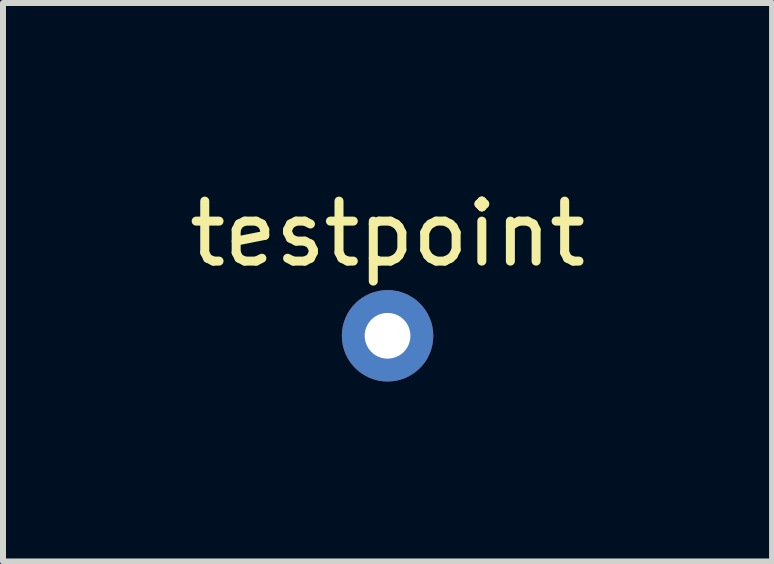
<source format=kicad_pcb>
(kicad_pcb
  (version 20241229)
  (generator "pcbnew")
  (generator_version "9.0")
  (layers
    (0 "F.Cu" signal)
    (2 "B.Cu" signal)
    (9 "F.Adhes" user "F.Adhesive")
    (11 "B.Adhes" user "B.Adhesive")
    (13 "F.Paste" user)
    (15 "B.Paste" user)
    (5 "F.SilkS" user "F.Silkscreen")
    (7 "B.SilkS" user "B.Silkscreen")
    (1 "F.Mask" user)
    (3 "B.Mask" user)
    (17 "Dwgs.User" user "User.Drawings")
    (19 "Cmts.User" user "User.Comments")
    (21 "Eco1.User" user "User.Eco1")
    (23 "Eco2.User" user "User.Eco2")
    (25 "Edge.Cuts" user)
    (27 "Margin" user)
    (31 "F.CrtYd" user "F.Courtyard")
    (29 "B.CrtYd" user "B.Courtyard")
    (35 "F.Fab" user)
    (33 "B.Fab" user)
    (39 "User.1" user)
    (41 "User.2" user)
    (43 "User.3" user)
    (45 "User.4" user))
  (footprint "testpoint"
    (layer "F.Cu")
    (at 3.411 2.548)
    (property "Reference" "testpoint" (at 0 -1.7 0) (layer "F.SilkS") (effects (font (size 1 1) (thickness 0.15))))
    (attr through_hole)
    (pad "1" thru_hole circle (at 0 0) (size 1.524 1.524) (drill 0.762) (layers "*.Cu" "*.Mask")))
  (gr_rect
    (start -3 -3)
    (end 9.821 6.31)
    (stroke (width 0.1) (type default))
    (fill no)
    (layer "Edge.Cuts")))
</source>
